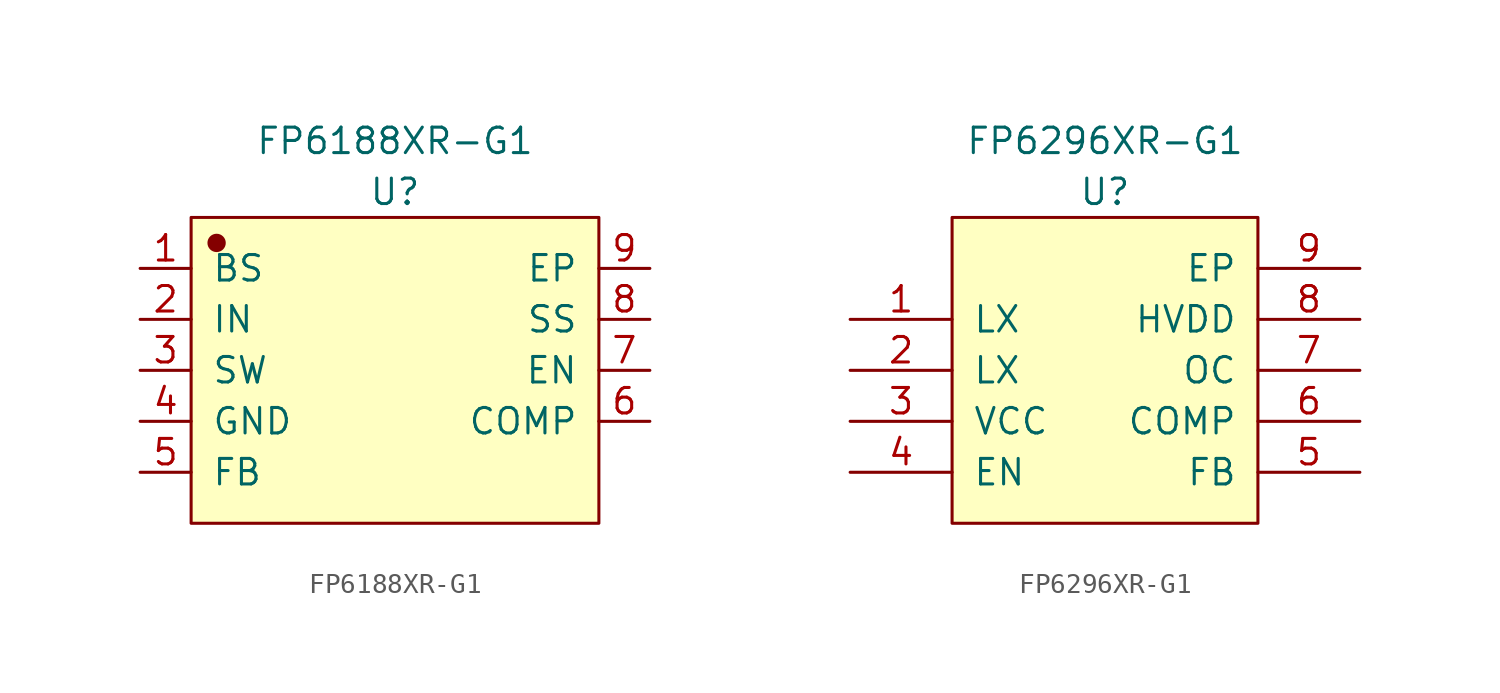
<source format=kicad_sym>
(kicad_symbol_lib
  (version 20211014)
  (generator kicad_symbol_editor)
  (symbol "FP6188XR-G1"
    (pin_names
      (offset 1.016))
    (property "Reference" "U"
      (at 0 8.89 0)
      (effects (font (size 1.27 1.27))))
    (property "Value" "FP6188XR-G1"
      (at 0 11.43 0)
      (effects (font (size 1.27 1.27))))
    (symbol "FP6188XR-G1_1_1"
      (rectangle (start -10.16 7.62) (end 10.16 -7.62) (stroke (width 0.152) (type default) (color 0 0 0 0)) (fill (type background)))
      (circle (center -8.89 6.35) (radius 0.381) (stroke (width 0.152) (type default) (color 0 0 0 0)) (fill (type outline)))
      (pin input line (at -12.7 5.08 0) (length 2.54) (name "BS" (effects (font (size 1.27 1.27)))) (number "1" (effects (font (size 1.27 1.27)))))
      (pin input line (at -12.7 2.54 0) (length 2.54) (name "IN" (effects (font (size 1.27 1.27)))) (number "2" (effects (font (size 1.27 1.27)))))
      (pin input line (at -12.7 0 0) (length 2.54) (name "SW" (effects (font (size 1.27 1.27)))) (number "3" (effects (font (size 1.27 1.27)))))
      (pin input line (at -12.7 -2.54 0) (length 2.54) (name "GND" (effects (font (size 1.27 1.27)))) (number "4" (effects (font (size 1.27 1.27)))))
      (pin input line (at -12.7 -5.08 0) (length 2.54) (name "FB" (effects (font (size 1.27 1.27)))) (number "5" (effects (font (size 1.27 1.27)))))
      (pin input line (at 12.7 -2.54 180) (length 2.54) (name "COMP" (effects (font (size 1.27 1.27)))) (number "6" (effects (font (size 1.27 1.27)))))
      (pin input line (at 12.7 0 180) (length 2.54) (name "EN" (effects (font (size 1.27 1.27)))) (number "7" (effects (font (size 1.27 1.27)))))
      (pin input line (at 12.7 2.54 180) (length 2.54) (name "SS" (effects (font (size 1.27 1.27)))) (number "8" (effects (font (size 1.27 1.27)))))
      (pin input line (at 12.7 5.08 180) (length 2.54) (name "EP" (effects (font (size 1.27 1.27)))) (number "9" (effects (font (size 1.27 1.27)))))))
  (symbol "FP6296XR-G1"
    (pin_names
      (offset 1.016))
    (property "Reference" "U"
      (at 0 8.89 0)
      (effects (font (size 1.27 1.27))))
    (property "Value" "FP6296XR-G1"
      (at 0 11.43 0)
      (effects (font (size 1.27 1.27))))
    (symbol "FP6296XR-G1_1_1"
      (rectangle (start -7.62 7.62) (end 7.62 -7.62) (stroke (width 0.152) (type default) (color 0 0 0 0)) (fill (type background)))
      (pin input line (at -12.7 2.54 0) (length 5.08) (name "LX" (effects (font (size 1.27 1.27)))) (number "1" (effects (font (size 1.27 1.27)))))
      (pin input line (at -12.7 0 0) (length 5.08) (name "LX" (effects (font (size 1.27 1.27)))) (number "2" (effects (font (size 1.27 1.27)))))
      (pin input line (at -12.7 -2.54 0) (length 5.08) (name "VCC" (effects (font (size 1.27 1.27)))) (number "3" (effects (font (size 1.27 1.27)))))
      (pin input line (at -12.7 -5.08 0) (length 5.08) (name "EN" (effects (font (size 1.27 1.27)))) (number "4" (effects (font (size 1.27 1.27)))))
      (pin input line (at 12.7 -5.08 180) (length 5.08) (name "FB" (effects (font (size 1.27 1.27)))) (number "5" (effects (font (size 1.27 1.27)))))
      (pin input line (at 12.7 -2.54 180) (length 5.08) (name "COMP" (effects (font (size 1.27 1.27)))) (number "6" (effects (font (size 1.27 1.27)))))
      (pin input line (at 12.7 0 180) (length 5.08) (name "OC" (effects (font (size 1.27 1.27)))) (number "7" (effects (font (size 1.27 1.27)))))
      (pin input line (at 12.7 2.54 180) (length 5.08) (name "HVDD" (effects (font (size 1.27 1.27)))) (number "8" (effects (font (size 1.27 1.27)))))
      (pin input line (at 12.7 5.08 180) (length 5.08) (name "EP" (effects (font (size 1.27 1.27)))) (number "9" (effects (font (size 1.27 1.27))))))))
</source>
